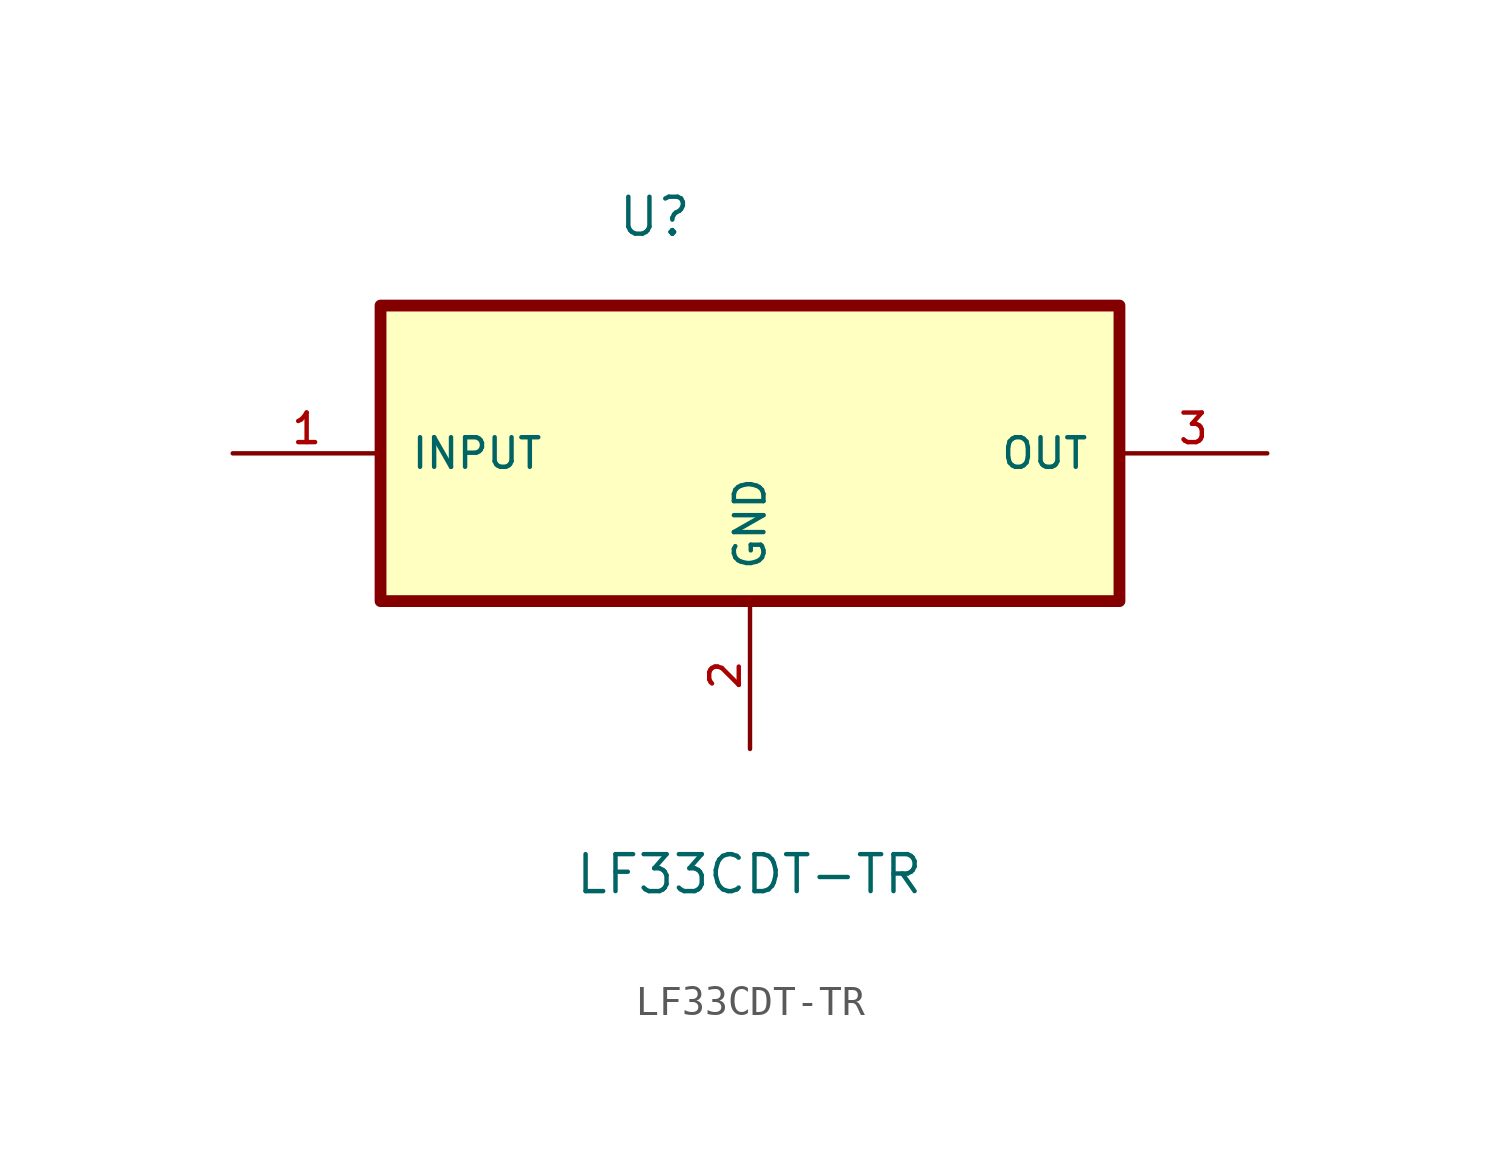
<source format=kicad_sym>
(kicad_symbol_lib
  (version 20211014)
  (generator kicad_symbol_editor)
  (symbol "LF33CDT-TR"
    (pin_names
      (offset 1.016))
    (property "Reference" "U"
      (at -4.585 7.387 0.0)
      (effects (font (size 1.27 1.27)) (justify bottom left)))
    (property "Value" "LF33CDT-TR"
      (at -6.054 -15.211 0.0)
      (effects (font (size 1.27 1.27)) (justify bottom left)))
    (symbol "LF33CDT-TR_0_0"
      (rectangle (start -12.7 -5.08) (end 12.7 5.08) (stroke (width 0.406)) (fill (type background)))
      (pin input line (at -17.78 0.0 0) (length 5.08) (name "INPUT" (effects (font (size 1.016 1.016)))) (number "1" (effects (font (size 1.016 1.016)))))
      (pin output line (at 17.78 0.0 180.0) (length 5.08) (name "OUT" (effects (font (size 1.016 1.016)))) (number "3" (effects (font (size 1.016 1.016)))))
      (pin passive line (at 0.0 -10.16 90.0) (length 5.08) (name "GND" (effects (font (size 1.016 1.016)))) (number "2" (effects (font (size 1.016 1.016))))))))
</source>
